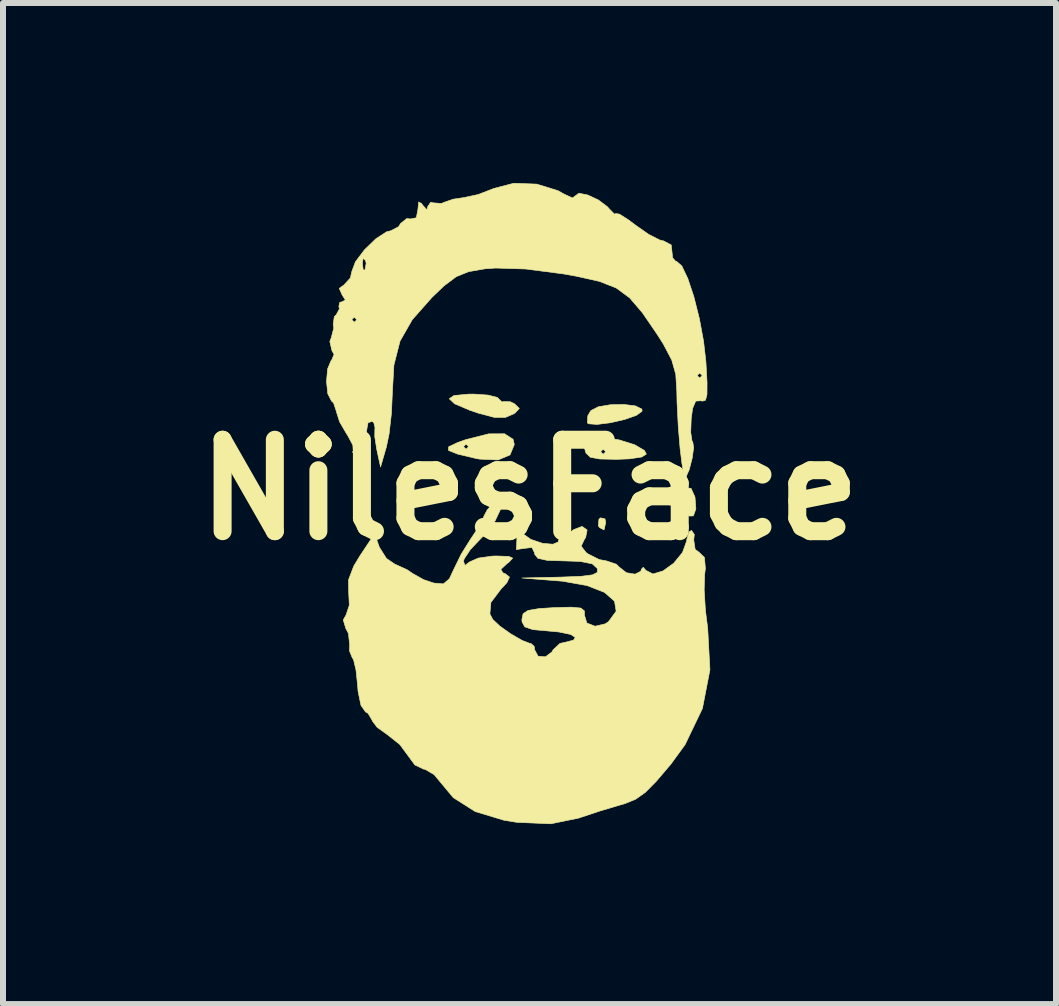
<source format=kicad_pcb>
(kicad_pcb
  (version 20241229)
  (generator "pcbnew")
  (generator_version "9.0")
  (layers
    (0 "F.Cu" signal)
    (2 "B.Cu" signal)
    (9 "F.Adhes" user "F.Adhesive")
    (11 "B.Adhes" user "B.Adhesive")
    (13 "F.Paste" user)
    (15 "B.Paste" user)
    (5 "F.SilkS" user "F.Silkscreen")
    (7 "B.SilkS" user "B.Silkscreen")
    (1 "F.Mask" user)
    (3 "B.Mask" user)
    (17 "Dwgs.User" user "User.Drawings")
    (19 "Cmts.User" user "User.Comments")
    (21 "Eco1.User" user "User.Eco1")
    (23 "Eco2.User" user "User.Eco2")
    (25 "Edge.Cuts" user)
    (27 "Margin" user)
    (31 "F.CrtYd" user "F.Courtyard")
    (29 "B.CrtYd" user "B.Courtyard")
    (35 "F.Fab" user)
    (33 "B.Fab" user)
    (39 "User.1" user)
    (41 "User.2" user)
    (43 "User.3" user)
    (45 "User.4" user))
  (footprint "NilesFace"
    (layer "F.Cu")
    (at 5.777 5.115)
    (property "Reference" "NilesFace" (at 0 0 0) (layer "F.SilkS") (effects (font (size 1.524 1.524) (thickness 0.3))))
    (attr through_hole)
    (fp_poly (pts (xy 1.258 0.485) (xy 1.27 0.545) (xy 1.242 0.668) (xy 1.169 0.631) (xy 1.147 0.599) (xy 1.157 0.49) (xy 1.184 0.467) (xy 1.258 0.485)) (stroke (width 0.01) (type solid)) (fill yes) (layer "F.SilkS"))
    (fp_poly (pts (xy 2.692 -0.025) (xy 2.758 0.12) (xy 2.758 0.121) (xy 2.773 0.318) (xy 2.731 0.435) (xy 2.655 0.437) (xy 2.6 0.281) (xy 2.588 0.081) (xy 2.627 -0.03) (xy 2.692 -0.025)) (stroke (width 0.01) (type solid)) (fill yes) (layer "F.SilkS"))
    (fp_poly (pts (xy 1.765 -1.399) (xy 1.872 -1.346) (xy 1.877 -1.312) (xy 1.783 -1.242) (xy 1.586 -1.173) (xy 1.347 -1.118) (xy 1.126 -1.09) (xy 0.983 -1.101) (xy 0.964 -1.116) (xy 0.972 -1.236) (xy 1.022 -1.32) (xy 1.146 -1.384) (xy 1.347 -1.418) (xy 1.572 -1.423) (xy 1.765 -1.399)) (stroke (width 0.01) (type solid)) (fill yes) (layer "F.SilkS"))
    (fp_poly (pts (xy -0.69 -1.579) (xy -0.537 -1.54) (xy -0.508 -1.511) (xy -0.459 -1.463) (xy -0.44 -1.471) (xy -0.32 -1.468) (xy -0.25 -1.434) (xy -0.17 -1.356) (xy -0.243 -1.279) (xy -0.254 -1.271) (xy -0.402 -1.207) (xy -0.585 -1.207) (xy -0.851 -1.277) (xy -0.995 -1.326) (xy -1.25 -1.435) (xy -1.338 -1.518) (xy -1.259 -1.572) (xy -1.015 -1.595) (xy -0.931 -1.596) (xy -0.69 -1.579)) (stroke (width 0.01) (type solid)) (fill yes) (layer "F.SilkS"))
    (fp_poly (pts (xy -0.274 -0.842) (xy -0.254 -0.755) (xy -0.325 -0.582) (xy -0.524 -0.498) (xy -0.834 -0.512) (xy -0.889 -0.522) (xy -1.2 -0.596) (xy -1.351 -0.657) (xy -1.348 -0.717) (xy -1.342 -0.72) (xy -1.101 -0.72) (xy -1.058 -0.677) (xy -1.016 -0.72) (xy -1.058 -0.762) (xy -1.101 -0.72) (xy -1.342 -0.72) (xy -1.198 -0.789) (xy -1.058 -0.838) (xy -0.681 -0.933) (xy -0.416 -0.934) (xy -0.274 -0.842)) (stroke (width 0.01) (type solid)) (fill yes) (layer "F.SilkS"))
    (fp_poly (pts (xy 1.166 -0.882) (xy 1.184 -0.88) (xy 1.495 -0.832) (xy 1.753 -0.751) (xy 1.915 -0.656) (xy 1.947 -0.595) (xy 1.87 -0.547) (xy 1.665 -0.516) (xy 1.449 -0.508) (xy 1.168 -0.514) (xy 1.013 -0.543) (xy 0.941 -0.612) (xy 0.934 -0.635) (xy 1.185 -0.635) (xy 1.228 -0.593) (xy 1.27 -0.635) (xy 1.228 -0.677) (xy 1.185 -0.635) (xy 0.934 -0.635) (xy 0.913 -0.707) (xy 0.904 -0.837) (xy 0.974 -0.886) (xy 1.166 -0.882)) (stroke (width 0.01) (type solid)) (fill yes) (layer "F.SilkS"))
    (fp_poly (pts (xy 0.12 -5.096) (xy 0.476 -4.986) (xy 0.569 -4.933) (xy 0.715 -4.865) (xy 0.762 -4.899) (xy 0.823 -4.944) (xy 0.969 -4.915) (xy 1.146 -4.833) (xy 1.299 -4.718) (xy 1.333 -4.679) (xy 1.417 -4.595) (xy 1.439 -4.605) (xy 1.498 -4.596) (xy 1.648 -4.501) (xy 1.769 -4.41) (xy 1.988 -4.257) (xy 2.173 -4.163) (xy 2.235 -4.149) (xy 2.362 -4.082) (xy 2.383 -3.89) (xy 2.381 -3.873) (xy 2.434 -3.811) (xy 2.449 -3.81) (xy 2.538 -3.732) (xy 2.638 -3.523) (xy 2.739 -3.22) (xy 2.83 -2.859) (xy 2.901 -2.476) (xy 2.94 -2.136) (xy 2.959 -1.792) (xy 2.958 -1.588) (xy 2.933 -1.493) (xy 2.879 -1.478) (xy 2.858 -1.485) (xy 2.77 -1.479) (xy 2.718 -1.356) (xy 2.695 -1.184) (xy 2.687 -0.959) (xy 2.708 -0.816) (xy 2.721 -0.797) (xy 2.736 -0.705) (xy 2.711 -0.526) (xy 2.662 -0.335) (xy 2.604 -0.206) (xy 2.597 -0.198) (xy 2.572 -0.257) (xy 2.54 -0.443) (xy 2.51 -0.688) (xy 2.479 -1.063) (xy 2.459 -1.453) (xy 2.455 -1.65) (xy 2.439 -1.905) (xy 2.794 -1.905) (xy 2.836 -1.863) (xy 2.879 -1.905) (xy 2.836 -1.947) (xy 2.794 -1.905) (xy 2.439 -1.905) (xy 2.438 -1.925) (xy 2.371 -2.163) (xy 2.231 -2.429) (xy 2.129 -2.59) (xy 1.882 -2.951) (xy 1.67 -3.199) (xy 1.446 -3.364) (xy 1.166 -3.474) (xy 0.784 -3.56) (xy 0.559 -3.6) (xy -0.063 -3.681) (xy -0.568 -3.697) (xy -0.744 -3.684) (xy -1.014 -3.637) (xy -1.22 -3.554) (xy -1.423 -3.402) (xy -1.625 -3.209) (xy -1.955 -2.836) (xy -2.159 -2.479) (xy -2.261 -2.079) (xy -2.286 -1.633) (xy -2.302 -1.275) (xy -2.341 -0.932) (xy -2.385 -0.72) (xy -2.483 -0.381) (xy -2.547 -0.675) (xy -2.58 -0.887) (xy -2.578 -1.02) (xy -2.574 -1.029) (xy -2.596 -1.12) (xy -2.623 -1.142) (xy -2.692 -1.118) (xy -2.709 -1.028) (xy -2.743 -0.785) (xy -2.829 -0.626) (xy -2.902 -0.593) (xy -2.951 -0.628) (xy -2.938 -0.647) (xy -2.945 -0.744) (xy -3.034 -0.911) (xy -3.051 -0.935) (xy -3.166 -1.133) (xy -3.217 -1.293) (xy -3.217 -1.299) (xy -3.266 -1.447) (xy -3.302 -1.482) (xy -3.363 -1.601) (xy -3.384 -1.805) (xy -3.366 -2.016) (xy -3.309 -2.152) (xy -3.298 -2.162) (xy -3.258 -2.259) (xy -3.293 -2.318) (xy -3.329 -2.473) (xy -3.305 -2.535) (xy -3.263 -2.698) (xy -3.273 -2.757) (xy -3.262 -2.836) (xy -2.963 -2.836) (xy -2.921 -2.794) (xy -2.879 -2.836) (xy -2.921 -2.879) (xy -2.963 -2.836) (xy -3.262 -2.836) (xy -3.254 -2.888) (xy -3.222 -2.918) (xy -3.167 -3.02) (xy -3.179 -3.054) (xy -3.163 -3.126) (xy -3.127 -3.133) (xy -3.07 -3.163) (xy -3.124 -3.25) (xy -3.172 -3.358) (xy -3.092 -3.416) (xy -2.986 -3.532) (xy -2.963 -3.637) (xy -2.912 -3.775) (xy -2.787 -3.775) (xy -2.772 -3.665) (xy -2.743 -3.664) (xy -2.723 -3.777) (xy -2.736 -3.826) (xy -2.774 -3.858) (xy -2.787 -3.775) (xy -2.912 -3.775) (xy -2.902 -3.801) (xy -2.751 -4.001) (xy -2.56 -4.186) (xy -2.381 -4.302) (xy -2.313 -4.318) (xy -2.182 -4.386) (xy -2.149 -4.44) (xy -2.046 -4.522) (xy -1.983 -4.515) (xy -1.887 -4.535) (xy -1.861 -4.669) (xy -1.848 -4.798) (xy -1.8 -4.773) (xy -1.778 -4.741) (xy -1.711 -4.668) (xy -1.695 -4.725) (xy -1.646 -4.795) (xy -1.609 -4.784) (xy -1.468 -4.773) (xy -1.425 -4.792) (xy -1.271 -4.845) (xy -1.095 -4.871) (xy -0.854 -4.923) (xy -0.597 -5.023) (xy -0.595 -5.024) (xy -0.263 -5.11) (xy 0.12 -5.096)) (stroke (width 0.01) (type solid)) (fill yes) (layer "F.SilkS"))
    (fp_poly (pts (xy -0.435 0.127) (xy -0.47 0.294) (xy -0.471 0.299) (xy -0.572 0.514) (xy -0.749 0.748) (xy -0.816 0.816) (xy -0.988 0.998) (xy -1.089 1.15) (xy -1.101 1.193) (xy -1.076 1.26) (xy -0.999 1.202) (xy -0.854 1.138) (xy -0.621 1.105) (xy -0.555 1.103) (xy -0.345 1.11) (xy -0.281 1.138) (xy -0.339 1.202) (xy -0.373 1.228) (xy -0.478 1.326) (xy -0.446 1.382) (xy -0.403 1.4) (xy -0.334 1.454) (xy -0.377 1.548) (xy -0.475 1.653) (xy -0.644 1.877) (xy -0.661 2.068) (xy -0.613 2.161) (xy -0.495 2.272) (xy -0.313 2.401) (xy -0.125 2.51) (xy 0.005 2.56) (xy 0.021 2.559) (xy 0.077 2.609) (xy 0.085 2.667) (xy 0.142 2.773) (xy 0.265 2.784) (xy 0.376 2.7) (xy 0.393 2.667) (xy 0.508 2.56) (xy 0.602 2.54) (xy 0.734 2.505) (xy 0.762 2.46) (xy 0.686 2.411) (xy 0.489 2.37) (xy 0.318 2.354) (xy 0.054 2.33) (xy -0.08 2.284) (xy -0.125 2.2) (xy -0.127 2.159) (xy -0.107 2.065) (xy -0.023 2.01) (xy 0.164 1.979) (xy 0.407 1.964) (xy 0.698 1.956) (xy 0.855 1.971) (xy 0.915 2.019) (xy 0.915 2.088) (xy 0.955 2.22) (xy 1.092 2.274) (xy 1.263 2.234) (xy 1.316 2.198) (xy 1.444 2.024) (xy 1.417 1.857) (xy 1.25 1.71) (xy 0.958 1.596) (xy 0.554 1.524) (xy 0.485 1.518) (xy -0.127 1.47) (xy 0.527 1.455) (xy 0.859 1.442) (xy 1.051 1.417) (xy 1.132 1.375) (xy 1.131 1.312) (xy 1.046 1.234) (xy 0.846 1.194) (xy 0.584 1.185) (xy 0.295 1.176) (xy 0.14 1.142) (xy 0.086 1.074) (xy 0.085 1.053) (xy 0.04 0.961) (xy -0.095 0.977) (xy -0.22 0.996) (xy -0.215 0.937) (xy -0.21 0.797) (xy -0.251 0.723) (xy -0.299 0.6) (xy -0.258 0.553) (xy -0.18 0.567) (xy -0.169 0.616) (xy -0.101 0.739) (xy 0.021 0.826) (xy 0.217 0.892) (xy 0.39 0.907) (xy 0.48 0.868) (xy 0.482 0.841) (xy 0.53 0.769) (xy 0.55 0.763) (xy 0.688 0.699) (xy 0.737 0.663) (xy 0.876 0.61) (xy 0.96 0.67) (xy 0.935 0.797) (xy 0.917 0.821) (xy 0.861 0.939) (xy 0.941 1.044) (xy 0.972 1.067) (xy 1.163 1.163) (xy 1.282 1.185) (xy 1.447 1.24) (xy 1.499 1.291) (xy 1.615 1.382) (xy 1.759 1.406) (xy 1.855 1.358) (xy 1.864 1.324) (xy 1.896 1.291) (xy 1.938 1.342) (xy 2.057 1.403) (xy 2.226 1.352) (xy 2.404 1.223) (xy 2.55 1.045) (xy 2.62 0.851) (xy 2.622 0.826) (xy 2.661 0.7) (xy 2.701 0.677) (xy 2.747 0.744) (xy 2.737 0.835) (xy 2.761 0.993) (xy 2.829 1.044) (xy 2.916 1.128) (xy 2.931 1.31) (xy 2.919 1.415) (xy 2.911 1.67) (xy 2.932 2.01) (xy 2.97 2.309) (xy 3.007 3.001) (xy 2.882 3.645) (xy 2.593 4.248) (xy 2.357 4.572) (xy 2.112 4.86) (xy 1.93 5.044) (xy 1.77 5.157) (xy 1.593 5.23) (xy 1.486 5.261) (xy 1.17 5.355) (xy 0.854 5.46) (xy 0.824 5.471) (xy 0.356 5.567) (xy -0.21 5.543) (xy -0.423 5.509) (xy -0.906 5.363) (xy -1.271 5.131) (xy -1.443 4.925) (xy -1.59 4.748) (xy -1.741 4.659) (xy -1.763 4.657) (xy -1.911 4.587) (xy -2.018 4.441) (xy -2.162 4.246) (xy -2.37 4.081) (xy -2.37 4.081) (xy -2.541 3.958) (xy -2.623 3.85) (xy -2.624 3.84) (xy -2.692 3.726) (xy -2.735 3.701) (xy -2.81 3.592) (xy -2.858 3.36) (xy -2.867 3.249) (xy -2.893 3.002) (xy -2.933 2.833) (xy -2.956 2.796) (xy -3.001 2.686) (xy -2.998 2.585) (xy -3.019 2.393) (xy -3.063 2.31) (xy -3.105 2.169) (xy -3.058 2.086) (xy -3.004 1.923) (xy -3.014 1.716) (xy -3.018 1.503) (xy -2.93 1.271) (xy -2.824 1.096) (xy -2.582 0.732) (xy -2.503 0.958) (xy -2.385 1.144) (xy -2.249 1.237) (xy -2.041 1.332) (xy -1.947 1.396) (xy -1.767 1.497) (xy -1.597 1.554) (xy -1.436 1.568) (xy -1.336 1.484) (xy -1.266 1.333) (xy -1.138 1.071) (xy -0.973 0.807) (xy -0.96 0.789) (xy -0.833 0.598) (xy -0.765 0.461) (xy -0.762 0.442) (xy -0.705 0.334) (xy -0.586 0.206) (xy -0.466 0.104) (xy -0.435 0.127)) (stroke (width 0.01) (type solid)) (fill yes) (layer "F.SilkS")))
  (gr_rect
    (start -3 -3)
    (end 14.553 13.687)
    (stroke (width 0.1) (type default))
    (fill no)
    (layer "Edge.Cuts")))
</source>
